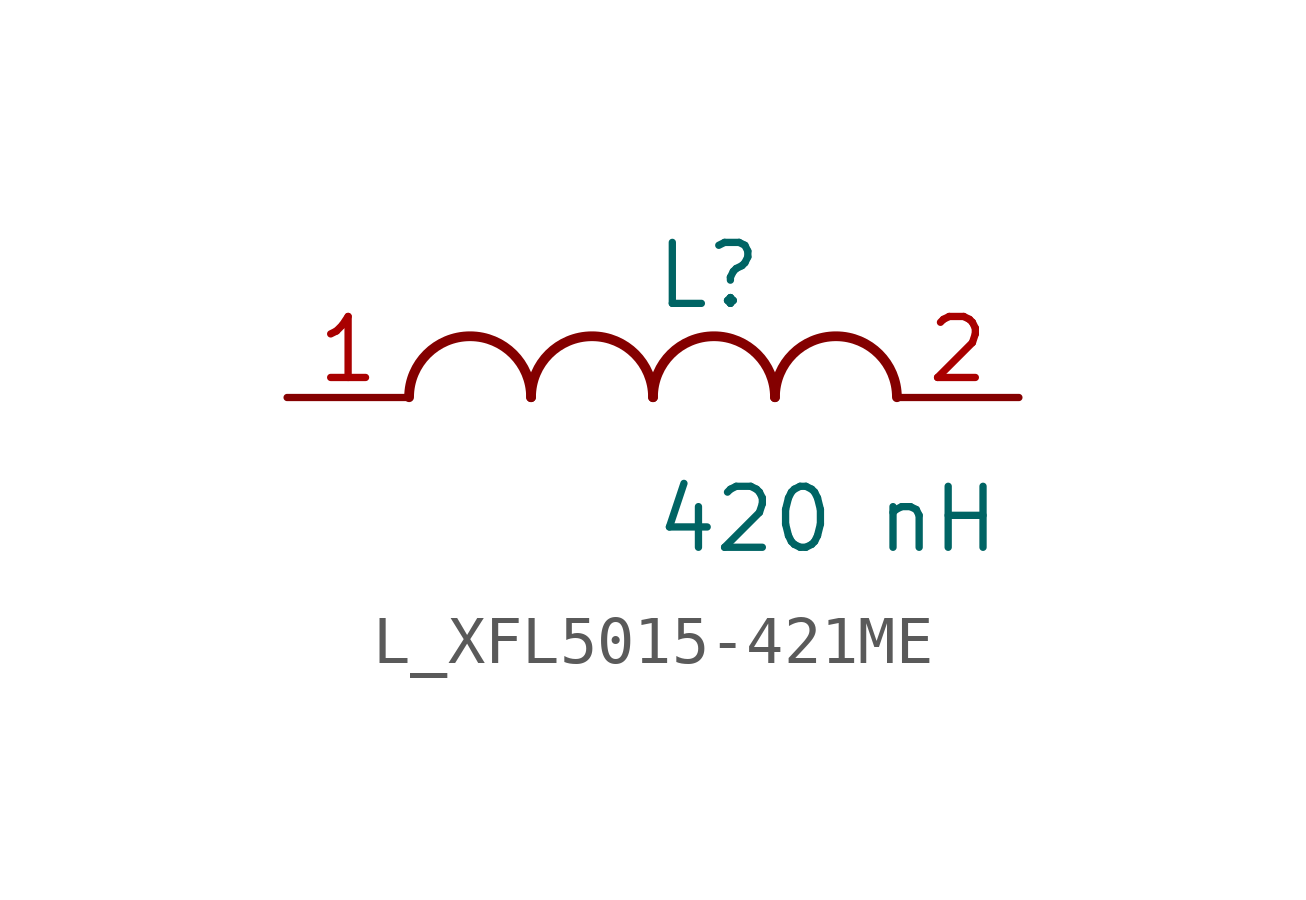
<source format=kicad_sym>
(kicad_symbol_lib
  (version 20231120)
  (generator kicad_symbol_editor)
  (generator_version 8.0)
  (symbol "L_XFL5015-421ME"
    (pin_names
      (offset 0.254))
    (property "Reference" "L"
      (at 0 2.54 0)
      (effects (font (size 1.27 1.27)) (justify left)))
    (property "Value" "420 nH"
      (at 0 -2.54 0)
      (effects (font (size 1.27 1.27)) (justify left)))
    (symbol "L_XFL5015-421ME_1_1"
      (arc (start -2.54 0.0056) (mid -3.81 1.27) (end -5.08 0.0056) (stroke (width 0.2032) (type default)) (fill (type none)))
      (arc (start 0 0.0056) (mid -1.27 1.27) (end -2.54 0.0056) (stroke (width 0.2032) (type default)) (fill (type none)))
      (arc (start 2.54 0.0056) (mid 1.27 1.27) (end 0 0.0056) (stroke (width 0.2032) (type default)) (fill (type none)))
      (arc (start 5.08 0.0056) (mid 3.81 1.27) (end 2.54 0.0056) (stroke (width 0.2032) (type default)) (fill (type none)))
      (pin passive line (at -7.62 0 0) (length 2.54) (name "" (effects (font (size 1.27 1.27)))) (number "1" (effects (font (size 1.27 1.27)))))
      (pin passive line (at 7.62 0 180) (length 2.54) (name "" (effects (font (size 1.27 1.27)))) (number "2" (effects (font (size 1.27 1.27))))))))
</source>
